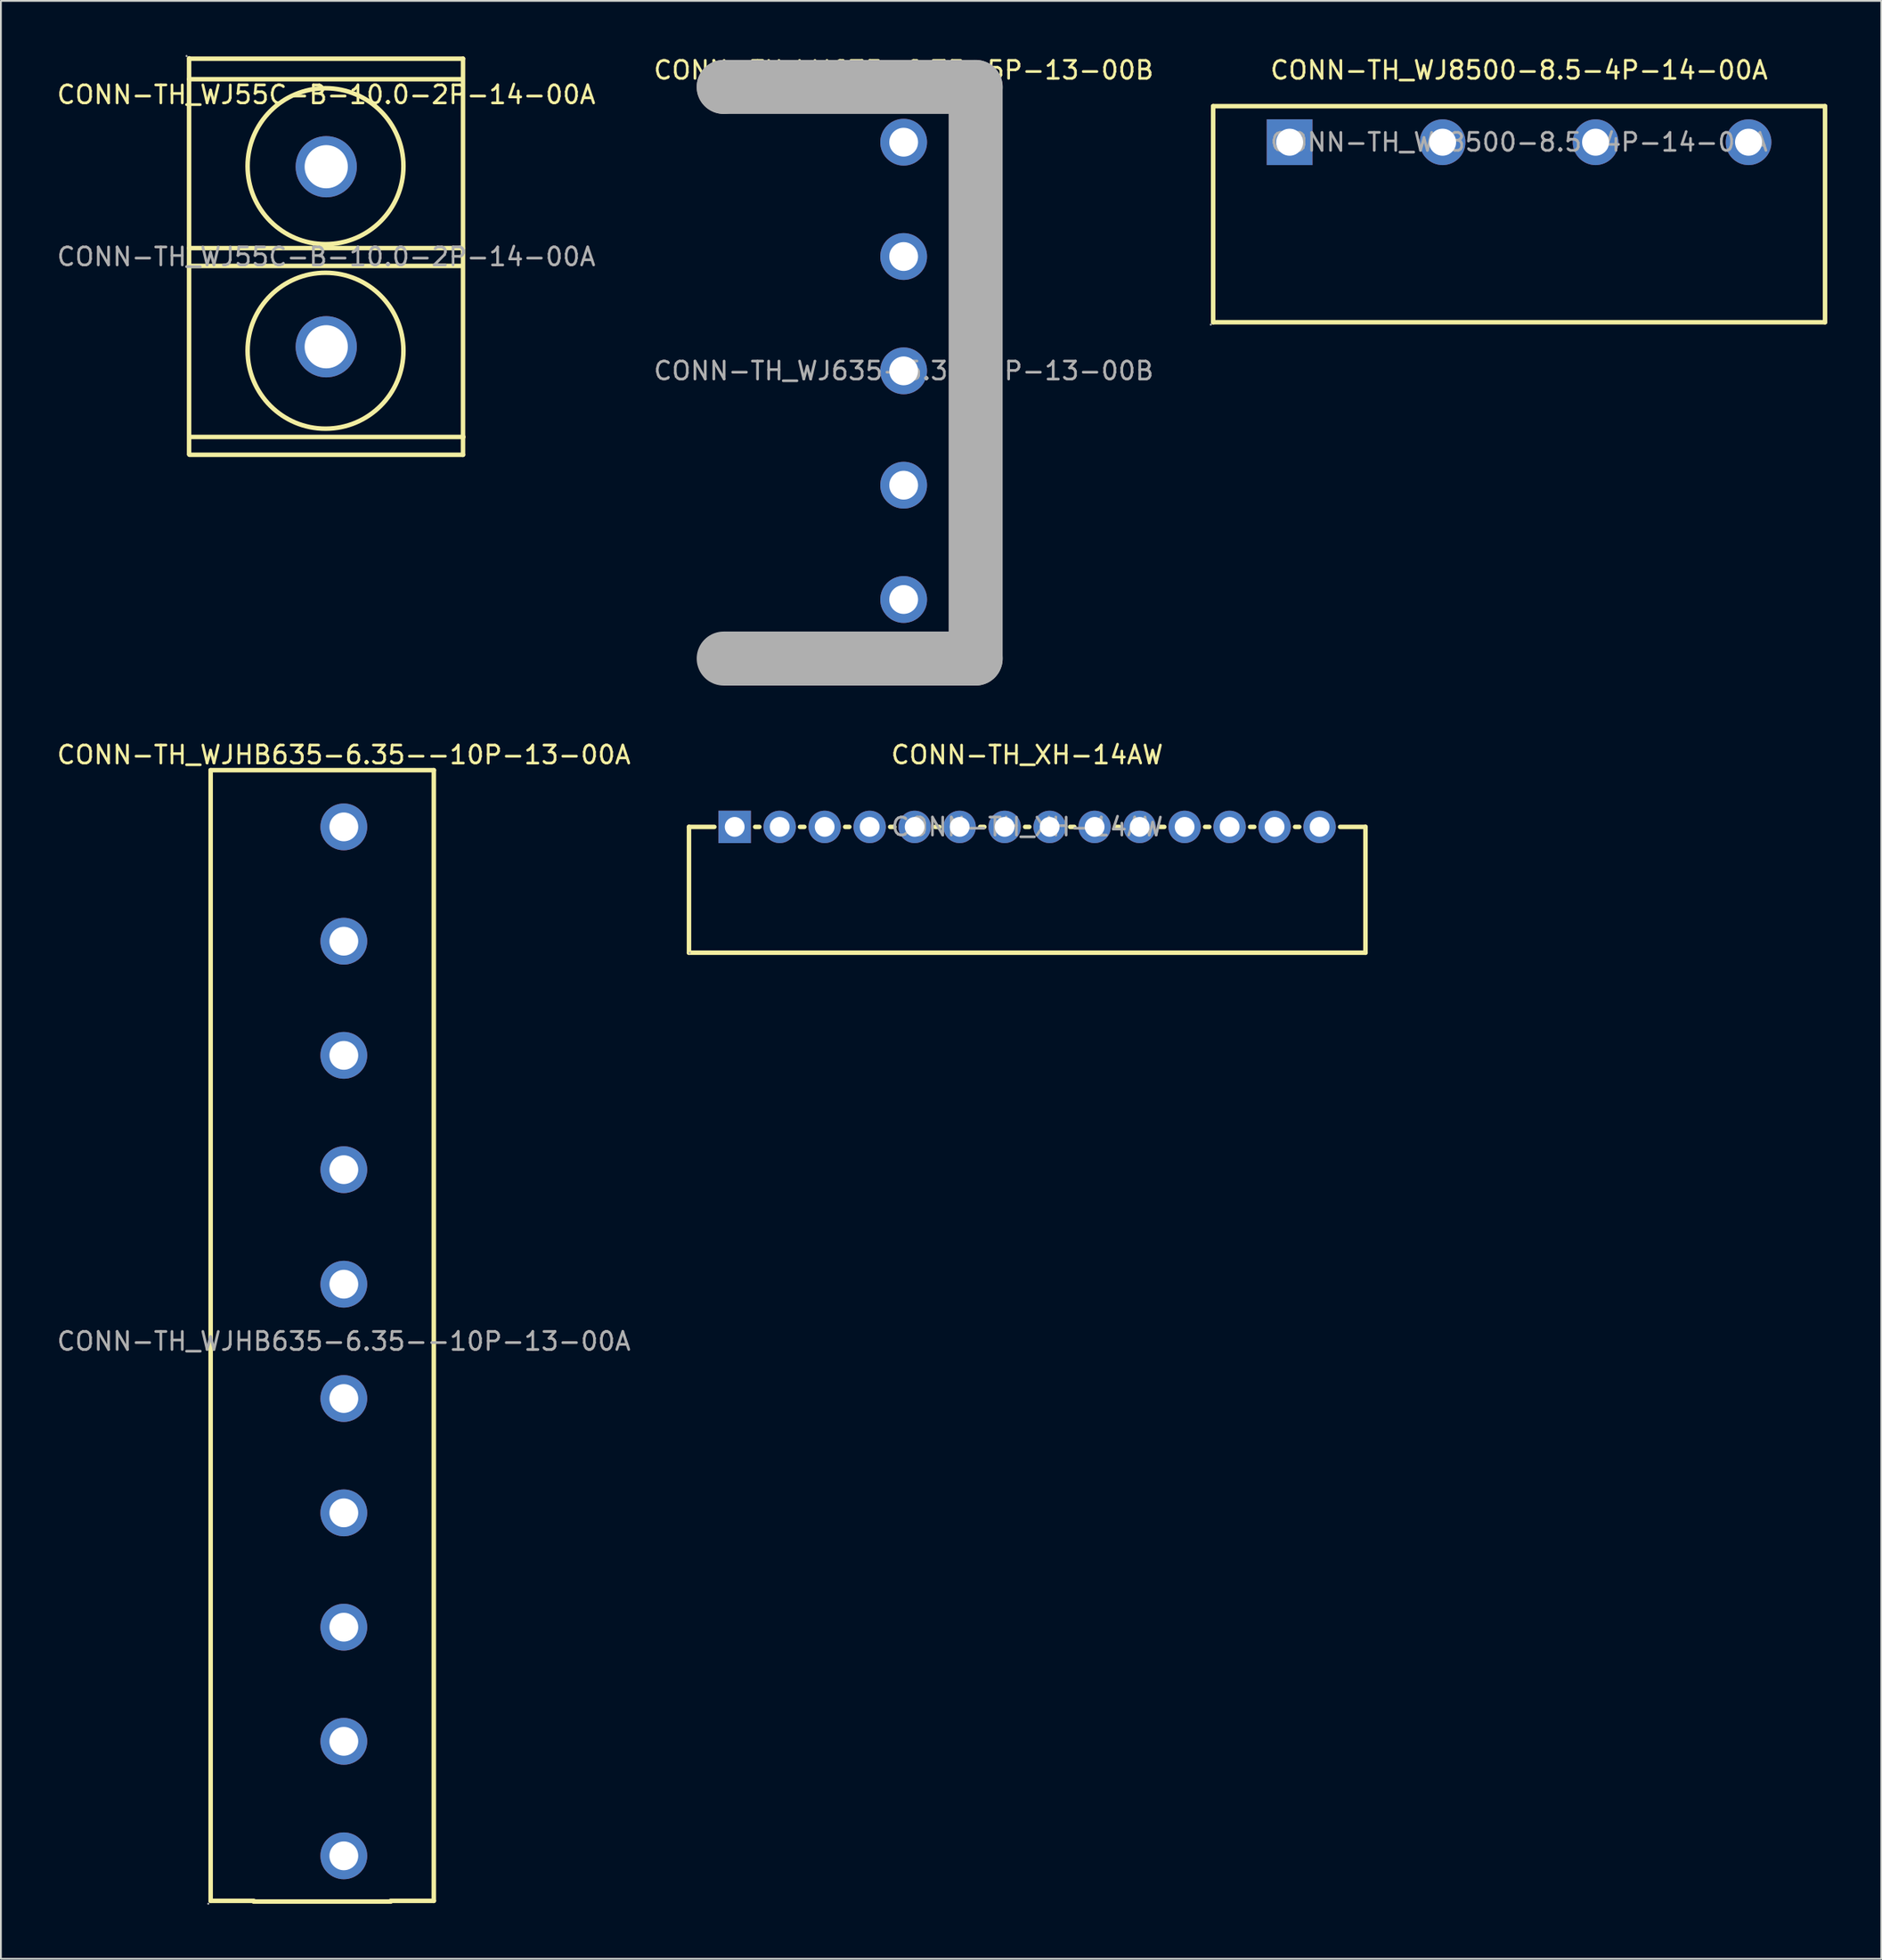
<source format=kicad_pcb>
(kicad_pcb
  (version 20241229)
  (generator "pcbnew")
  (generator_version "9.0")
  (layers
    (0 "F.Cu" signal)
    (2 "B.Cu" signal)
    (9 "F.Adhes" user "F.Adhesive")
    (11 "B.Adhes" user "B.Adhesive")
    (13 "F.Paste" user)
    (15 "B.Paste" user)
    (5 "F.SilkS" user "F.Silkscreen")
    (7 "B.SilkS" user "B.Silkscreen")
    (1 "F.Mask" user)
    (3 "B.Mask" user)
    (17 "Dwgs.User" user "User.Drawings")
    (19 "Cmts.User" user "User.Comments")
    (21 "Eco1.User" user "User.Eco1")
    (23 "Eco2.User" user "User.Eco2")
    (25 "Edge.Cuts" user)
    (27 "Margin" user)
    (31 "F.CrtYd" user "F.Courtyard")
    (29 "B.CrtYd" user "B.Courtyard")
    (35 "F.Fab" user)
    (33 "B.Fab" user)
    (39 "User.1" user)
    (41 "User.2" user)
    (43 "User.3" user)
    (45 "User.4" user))
  (footprint "CONN-TH_WJHB635-6.35--10P-13-00A"
    (layer "F.Cu")
    (at 16.054 71.447)
    (property "Reference" "CONN-TH_WJHB635-6.35--10P-13-00A" (at 0 -32.57 0) (layer "F.SilkS") (effects (font (size 1 1) (thickness 0.15))))
    (attr through_hole)
    (fp_line (start -7.4 -31.72) (end 5 -31.72) (stroke (width 0.25) (type solid)) (layer "F.SilkS"))
    (fp_line (start -7.4 31.08) (end -7.4 -31.72) (stroke (width 0.25) (type solid)) (layer "F.SilkS"))
    (fp_line (start -5.01 31.12) (end 2.61 31.12) (stroke (width 0.25) (type solid)) (layer "F.SilkS"))
    (fp_line (start -5 31.08) (end -7.4 31.08) (stroke (width 0.25) (type solid)) (layer "F.SilkS"))
    (fp_line (start 5 -31.72) (end 5 31.08) (stroke (width 0.25) (type solid)) (layer "F.SilkS"))
    (fp_line (start 5 31.08) (end 2.6 31.08) (stroke (width 0.25) (type solid)) (layer "F.SilkS"))
    (fp_circle (center -7.53 31.24) (end -7.5 31.24) (stroke (width 0.06) (type solid)) (fill no) (layer "F.Fab"))
    (fp_circle (center 0 -28.57) (end 0.35 -28.57) (stroke (width 0.7) (type solid)) (fill no) (layer "F.Fab"))
    (fp_circle (center 0 -22.22) (end 0.35 -22.22) (stroke (width 0.7) (type solid)) (fill no) (layer "F.Fab"))
    (fp_circle (center 0 -15.88) (end 0.35 -15.88) (stroke (width 0.7) (type solid)) (fill no) (layer "F.Fab"))
    (fp_circle (center 0 -9.53) (end 0.35 -9.53) (stroke (width 0.7) (type solid)) (fill no) (layer "F.Fab"))
    (fp_circle (center 0 -3.17) (end 0.35 -3.17) (stroke (width 0.7) (type solid)) (fill no) (layer "F.Fab"))
    (fp_circle (center 0 3.18) (end 0.35 3.18) (stroke (width 0.7) (type solid)) (fill no) (layer "F.Fab"))
    (fp_circle (center 0 9.53) (end 0.35 9.53) (stroke (width 0.7) (type solid)) (fill no) (layer "F.Fab"))
    (fp_circle (center 0 15.88) (end 0.35 15.88) (stroke (width 0.7) (type solid)) (fill no) (layer "F.Fab"))
    (fp_circle (center 0 22.22) (end 0.35 22.22) (stroke (width 0.7) (type solid)) (fill no) (layer "F.Fab"))
    (fp_circle (center 0 28.58) (end 0.35 28.58) (stroke (width 0.7) (type solid)) (fill no) (layer "F.Fab"))
    (fp_text user "${REFERENCE}" (at 0 0 0) (layer "F.Fab") (effects (font (size 1 1) (thickness 0.15))))
    (pad "1" thru_hole circle (at 0 28.58 270) (size 2.6 2.6) (drill 1.6) (layers "*.Cu" "*.Paste" "*.Mask"))
    (pad "2" thru_hole circle (at 0 22.22 270) (size 2.6 2.6) (drill 1.6) (layers "*.Cu" "*.Paste" "*.Mask"))
    (pad "3" thru_hole circle (at 0 15.88 270) (size 2.6 2.6) (drill 1.6) (layers "*.Cu" "*.Paste" "*.Mask"))
    (pad "4" thru_hole circle (at 0 9.53 270) (size 2.6 2.6) (drill 1.6) (layers "*.Cu" "*.Paste" "*.Mask"))
    (pad "5" thru_hole circle (at 0 3.18 270) (size 2.6 2.6) (drill 1.6) (layers "*.Cu" "*.Paste" "*.Mask"))
    (pad "6" thru_hole circle (at 0 -3.17 270) (size 2.6 2.6) (drill 1.6) (layers "*.Cu" "*.Paste" "*.Mask"))
    (pad "7" thru_hole circle (at 0 -9.53 270) (size 2.6 2.6) (drill 1.6) (layers "*.Cu" "*.Paste" "*.Mask"))
    (pad "8" thru_hole circle (at 0 -15.88 270) (size 2.6 2.6) (drill 1.6) (layers "*.Cu" "*.Paste" "*.Mask"))
    (pad "9" thru_hole circle (at 0 -22.22 270) (size 2.6 2.6) (drill 1.6) (layers "*.Cu" "*.Paste" "*.Mask"))
    (pad "10" thru_hole circle (at 0 -28.57 270) (size 2.6 2.6) (drill 1.6) (layers "*.Cu" "*.Paste" "*.Mask")))
  (footprint "CONN-TH_WJ55C-B-10.0-2P-14-00A"
    (layer "F.Cu")
    (at 15.077 11.21)
    (property "Reference" "CONN-TH_WJ55C-B-10.0-2P-14-00A" (at 0 -9 0) (layer "F.SilkS") (effects (font (size 1 1) (thickness 0.15))))
    (attr through_hole)
    (fp_line (start -7.62 -11.02) (end -7.62 10.97) (stroke (width 0.25) (type solid)) (layer "F.SilkS"))
    (fp_line (start 7.57 0.51) (end -7.63 0.51) (stroke (width 0.25) (type solid)) (layer "F.SilkS"))
    (fp_line (start 7.58 -9.86) (end -7.62 -9.86) (stroke (width 0.25) (type solid)) (layer "F.SilkS"))
    (fp_line (start 7.59 -0.48) (end -7.61 -0.48) (stroke (width 0.25) (type solid)) (layer "F.SilkS"))
    (fp_line (start 7.6 -11) (end -7.6 -11) (stroke (width 0.25) (type solid)) (layer "F.SilkS"))
    (fp_line (start 7.6 -11) (end 7.6 11) (stroke (width 0.25) (type solid)) (layer "F.SilkS"))
    (fp_line (start 7.6 11) (end -7.6 11) (stroke (width 0.25) (type solid)) (layer "F.SilkS"))
    (fp_line (start 7.62 10.01) (end -7.58 10.01) (stroke (width 0.25) (type solid)) (layer "F.SilkS"))
    (fp_circle (center -0.04 -5.03) (end 4.29 -5.03) (stroke (width 0.25) (type solid)) (fill no) (layer "F.SilkS"))
    (fp_circle (center -0.04 5.22) (end 4.29 5.22) (stroke (width 0.25) (type solid)) (fill no) (layer "F.SilkS"))
    (fp_circle (center -7.76 -11.15) (end -7.73 -11.15) (stroke (width 0.06) (type solid)) (fill no) (layer "F.Fab"))
    (fp_circle (center 0 -5) (end 0.55 -5) (stroke (width 1.1) (type solid)) (fill no) (layer "F.Fab"))
    (fp_circle (center 0 5) (end 0.55 5) (stroke (width 1.1) (type solid)) (fill no) (layer "F.Fab"))
    (fp_text user "${REFERENCE}" (at 0 0 0) (layer "F.Fab") (effects (font (size 1 1) (thickness 0.15))))
    (pad "1" thru_hole circle (at 0 -5) (size 3.4 3.4) (drill 2.4) (layers "*.Cu" "*.Paste" "*.Mask"))
    (pad "2" thru_hole circle (at 0 5) (size 3.4 3.4) (drill 2.4) (layers "*.Cu" "*.Paste" "*.Mask")))
  (footprint "CONN-TH_WJ635-6.35-5P-13-00B"
    (layer "F.Cu")
    (at 47.161 17.548)
    (property "Reference" "CONN-TH_WJ635-6.35-5P-13-00B" (at 0 -16.7 0) (layer "F.SilkS") (effects (font (size 1 1) (thickness 0.15))))
    (attr through_hole)
    (fp_line (start -10 -15.77) (end -10 -15.77) (stroke (width 3) (type solid)) (layer "F.Fab"))
    (fp_line (start -10 -15.77) (end 4 -15.77) (stroke (width 3) (type solid)) (layer "F.Fab"))
    (fp_line (start 4 -15.77) (end 4 15.98) (stroke (width 3) (type solid)) (layer "F.Fab"))
    (fp_line (start 4 15.98) (end -10 15.98) (stroke (width 3) (type solid)) (layer "F.Fab"))
    (fp_circle (center 0 -12.7) (end 0.35 -12.7) (stroke (width 0.7) (type solid)) (fill no) (layer "F.Fab"))
    (fp_circle (center 0 -6.35) (end 0.35 -6.35) (stroke (width 0.7) (type solid)) (fill no) (layer "F.Fab"))
    (fp_circle (center 0 0) (end 0.35 0) (stroke (width 0.7) (type solid)) (fill no) (layer "F.Fab"))
    (fp_circle (center 0 6.35) (end 0.35 6.35) (stroke (width 0.7) (type solid)) (fill no) (layer "F.Fab"))
    (fp_circle (center 0 12.7) (end 0.35 12.7) (stroke (width 0.7) (type solid)) (fill no) (layer "F.Fab"))
    (fp_circle (center 4.13 16.1) (end 4.16 16.1) (stroke (width 0.06) (type solid)) (fill no) (layer "F.Fab"))
    (fp_text user "${REFERENCE}" (at 0 0 0) (layer "F.Fab") (effects (font (size 1 1) (thickness 0.15))))
    (pad "1" thru_hole circle (at 0 12.7 270) (size 2.6 2.6) (drill 1.6) (layers "*.Cu" "*.Paste" "*.Mask"))
    (pad "2" thru_hole circle (at 0 6.35 270) (size 2.6 2.6) (drill 1.6) (layers "*.Cu" "*.Paste" "*.Mask"))
    (pad "3" thru_hole circle (at 0 0 270) (size 2.6 2.6) (drill 1.6) (layers "*.Cu" "*.Paste" "*.Mask"))
    (pad "4" thru_hole circle (at 0 -6.35 270) (size 2.6 2.6) (drill 1.6) (layers "*.Cu" "*.Paste" "*.Mask"))
    (pad "5" thru_hole circle (at 0 -12.7 270) (size 2.6 2.6) (drill 1.6) (layers "*.Cu" "*.Paste" "*.Mask")))
  (footprint "CONN-TH_WJ8500-8.5-4P-14-00A"
    (layer "F.Cu")
    (at 81.357 4.848)
    (property "Reference" "CONN-TH_WJ8500-8.5-4P-14-00A" (at 0 -4 0) (layer "F.SilkS") (effects (font (size 1 1) (thickness 0.15))))
    (attr through_hole)
    (fp_line (start -17 -2) (end -17 10) (stroke (width 0.25) (type solid)) (layer "F.SilkS"))
    (fp_line (start -17 -2) (end 17 -2) (stroke (width 0.25) (type solid)) (layer "F.SilkS"))
    (fp_line (start -17 10) (end 17 10) (stroke (width 0.25) (type solid)) (layer "F.SilkS"))
    (fp_line (start 17 -2) (end 17 10) (stroke (width 0.25) (type solid)) (layer "F.SilkS"))
    (fp_circle (center -17.13 10.13) (end -17.1 10.13) (stroke (width 0.06) (type solid)) (fill no) (layer "F.Fab"))
    (fp_circle (center -12.75 0) (end -12.42 0) (stroke (width 0.65) (type solid)) (fill no) (layer "F.Fab"))
    (fp_circle (center -4.25 0) (end -3.92 0) (stroke (width 0.65) (type solid)) (fill no) (layer "F.Fab"))
    (fp_circle (center 4.25 0) (end 4.58 0) (stroke (width 0.65) (type solid)) (fill no) (layer "F.Fab"))
    (fp_circle (center 12.75 0) (end 13.08 0) (stroke (width 0.65) (type solid)) (fill no) (layer "F.Fab"))
    (fp_text user "${REFERENCE}" (at 0 0 0) (layer "F.Fab") (effects (font (size 1 1) (thickness 0.15))))
    (pad "1" thru_hole rect (at -12.75 0) (size 2.54 2.54) (drill 1.5) (layers "*.Cu" "*.Paste" "*.Mask"))
    (pad "2" thru_hole circle (at -4.25 0) (size 2.54 2.54) (drill 1.5) (layers "*.Cu" "*.Paste" "*.Mask"))
    (pad "3" thru_hole circle (at 4.25 0) (size 2.54 2.54) (drill 1.5) (layers "*.Cu" "*.Paste" "*.Mask"))
    (pad "4" thru_hole circle (at 12.75 0) (size 2.54 2.54) (drill 1.5) (layers "*.Cu" "*.Paste" "*.Mask")))
  (footprint "CONN-TH_XH-14AW"
    (layer "F.Cu")
    (at 54.022 42.877)
    (property "Reference" "CONN-TH_XH-14AW" (at 0 -4 0) (layer "F.SilkS") (effects (font (size 1 1) (thickness 0.15))))
    (attr through_hole)
    (fp_line (start -18.79 0) (end -17.38 0) (stroke (width 0.25) (type solid)) (layer "F.SilkS"))
    (fp_line (start -18.79 6.99) (end -18.79 0) (stroke (width 0.25) (type solid)) (layer "F.SilkS"))
    (fp_line (start -15.11 0) (end -14.88 0) (stroke (width 0.25) (type solid)) (layer "F.SilkS"))
    (fp_line (start -12.62 0) (end -12.38 0) (stroke (width 0.25) (type solid)) (layer "F.SilkS"))
    (fp_line (start -10.11 0) (end -9.88 0) (stroke (width 0.25) (type solid)) (layer "F.SilkS"))
    (fp_line (start -7.61 0) (end -7.38 0) (stroke (width 0.25) (type solid)) (layer "F.SilkS"))
    (fp_line (start -5.11 0) (end -4.88 0) (stroke (width 0.25) (type solid)) (layer "F.SilkS"))
    (fp_line (start -2.61 0) (end -2.38 0) (stroke (width 0.25) (type solid)) (layer "F.SilkS"))
    (fp_line (start -0.11 0) (end 0.12 0) (stroke (width 0.25) (type solid)) (layer "F.SilkS"))
    (fp_line (start 2.39 0) (end 2.62 0) (stroke (width 0.25) (type solid)) (layer "F.SilkS"))
    (fp_line (start 4.89 0) (end 5.12 0) (stroke (width 0.25) (type solid)) (layer "F.SilkS"))
    (fp_line (start 7.39 0) (end 7.62 0) (stroke (width 0.25) (type solid)) (layer "F.SilkS"))
    (fp_line (start 9.89 0) (end 10.12 0) (stroke (width 0.25) (type solid)) (layer "F.SilkS"))
    (fp_line (start 12.39 0) (end 12.62 0) (stroke (width 0.25) (type solid)) (layer "F.SilkS"))
    (fp_line (start 14.89 0) (end 15.12 0) (stroke (width 0.25) (type solid)) (layer "F.SilkS"))
    (fp_line (start 17.39 0) (end 18.8 0) (stroke (width 0.25) (type solid)) (layer "F.SilkS"))
    (fp_line (start 18.8 0) (end 18.8 6.99) (stroke (width 0.25) (type solid)) (layer "F.SilkS"))
    (fp_line (start 18.8 6.99) (end -18.79 6.99) (stroke (width 0.25) (type solid)) (layer "F.SilkS"))
    (fp_circle (center -18.75 7) (end -18.72 7) (stroke (width 0.06) (type solid)) (fill no) (layer "F.Fab"))
    (fp_text user "${REFERENCE}" (at 0 0 0) (layer "F.Fab") (effects (font (size 1 1) (thickness 0.15))))
    (pad "1" thru_hole rect (at -16.25 0) (size 1.8 1.8) (drill 1.1) (layers "*.Cu" "*.Paste" "*.Mask"))
    (pad "2" thru_hole circle (at -13.75 0) (size 1.8 1.8) (drill 1.1) (layers "*.Cu" "*.Paste" "*.Mask"))
    (pad "3" thru_hole circle (at -11.25 0) (size 1.8 1.8) (drill 1.1) (layers "*.Cu" "*.Paste" "*.Mask"))
    (pad "4" thru_hole circle (at -8.75 0) (size 1.8 1.8) (drill 1.1) (layers "*.Cu" "*.Paste" "*.Mask"))
    (pad "5" thru_hole circle (at -6.25 0) (size 1.8 1.8) (drill 1.1) (layers "*.Cu" "*.Paste" "*.Mask"))
    (pad "6" thru_hole circle (at -3.75 0) (size 1.8 1.8) (drill 1.1) (layers "*.Cu" "*.Paste" "*.Mask"))
    (pad "7" thru_hole circle (at -1.25 0) (size 1.8 1.8) (drill 1.1) (layers "*.Cu" "*.Paste" "*.Mask"))
    (pad "8" thru_hole circle (at 1.25 0) (size 1.8 1.8) (drill 1.1) (layers "*.Cu" "*.Paste" "*.Mask"))
    (pad "9" thru_hole circle (at 3.75 0) (size 1.8 1.8) (drill 1.1) (layers "*.Cu" "*.Paste" "*.Mask"))
    (pad "10" thru_hole circle (at 6.25 0) (size 1.8 1.8) (drill 1.1) (layers "*.Cu" "*.Paste" "*.Mask"))
    (pad "11" thru_hole circle (at 8.75 0) (size 1.8 1.8) (drill 1.1) (layers "*.Cu" "*.Paste" "*.Mask"))
    (pad "12" thru_hole circle (at 11.25 0) (size 1.8 1.8) (drill 1.1) (layers "*.Cu" "*.Paste" "*.Mask"))
    (pad "13" thru_hole circle (at 13.75 0) (size 1.8 1.8) (drill 1.1) (layers "*.Cu" "*.Paste" "*.Mask"))
    (pad "14" thru_hole circle (at 16.25 0) (size 1.8 1.8) (drill 1.1) (layers "*.Cu" "*.Paste" "*.Mask")))
  (gr_rect
    (start -3 -3)
    (end 101.482 105.746)
    (stroke (width 0.1) (type default))
    (fill no)
    (layer "Edge.Cuts")))
</source>
